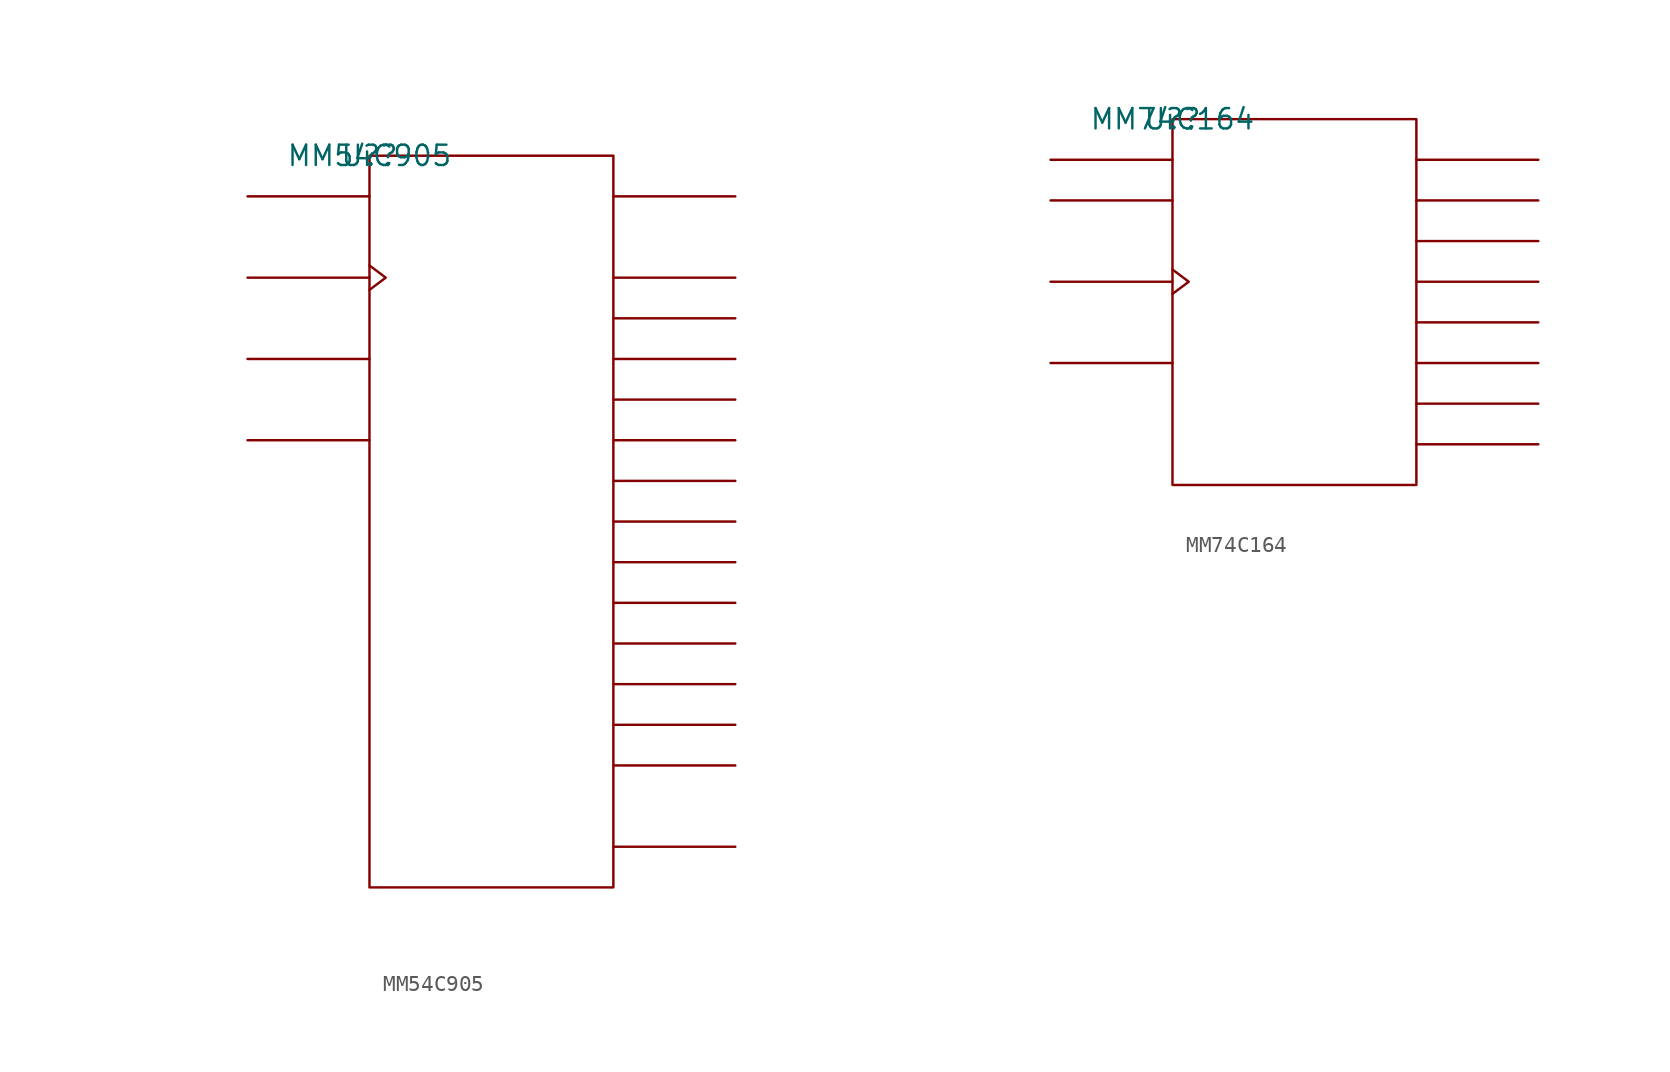
<source format=kicad_sym>
(kicad_symbol_lib
  (version 20211014)
  (generator kicad_symbol_editor)
  (symbol "MM54C905"
    (pin_names
      (offset 0.762))
    (property "Reference" "U?"
      (at 0 0 0)
      (effects (font (size 1.27 1.27))))
    (property "Value" "MM54C905"
      (at 0 0 0)
      (effects (font (size 1.27 1.27))))
    (symbol "MM54C905_0_1"
      (rectangle (start 0 -45.72) (end 15.24 0) (stroke (width 0) (type default) (color 0 0 0 0)) (fill (type none)))
      (polyline (pts (xy 0 -17.78) (xy -7.62 -17.78)) (stroke (width 0) (type default) (color 0 0 0 0)) (fill (type none)))
      (polyline (pts (xy 0 -12.7) (xy -7.62 -12.7)) (stroke (width 0) (type default) (color 0 0 0 0)) (fill (type none)))
      (polyline (pts (xy 0 -7.62) (xy -7.62 -7.62)) (stroke (width 0) (type default) (color 0 0 0 0)) (fill (type none)))
      (polyline (pts (xy 0 -2.54) (xy -7.62 -2.54)) (stroke (width 0) (type default) (color 0 0 0 0)) (fill (type none)))
      (polyline (pts (xy 15.24 -43.18) (xy 22.86 -43.18)) (stroke (width 0) (type default) (color 0 0 0 0)) (fill (type none)))
      (polyline (pts (xy 15.24 -38.1) (xy 22.86 -38.1)) (stroke (width 0) (type default) (color 0 0 0 0)) (fill (type none)))
      (polyline (pts (xy 15.24 -35.56) (xy 22.86 -35.56)) (stroke (width 0) (type default) (color 0 0 0 0)) (fill (type none)))
      (polyline (pts (xy 15.24 -33.02) (xy 22.86 -33.02)) (stroke (width 0) (type default) (color 0 0 0 0)) (fill (type none)))
      (polyline (pts (xy 15.24 -30.48) (xy 22.86 -30.48)) (stroke (width 0) (type default) (color 0 0 0 0)) (fill (type none)))
      (polyline (pts (xy 15.24 -27.94) (xy 22.86 -27.94)) (stroke (width 0) (type default) (color 0 0 0 0)) (fill (type none)))
      (polyline (pts (xy 15.24 -25.4) (xy 22.86 -25.4)) (stroke (width 0) (type default) (color 0 0 0 0)) (fill (type none)))
      (polyline (pts (xy 15.24 -22.86) (xy 22.86 -22.86)) (stroke (width 0) (type default) (color 0 0 0 0)) (fill (type none)))
      (polyline (pts (xy 15.24 -20.32) (xy 22.86 -20.32)) (stroke (width 0) (type default) (color 0 0 0 0)) (fill (type none)))
      (polyline (pts (xy 15.24 -17.78) (xy 22.86 -17.78)) (stroke (width 0) (type default) (color 0 0 0 0)) (fill (type none)))
      (polyline (pts (xy 15.24 -15.24) (xy 22.86 -15.24)) (stroke (width 0) (type default) (color 0 0 0 0)) (fill (type none)))
      (polyline (pts (xy 15.24 -12.7) (xy 22.86 -12.7)) (stroke (width 0) (type default) (color 0 0 0 0)) (fill (type none)))
      (polyline (pts (xy 15.24 -10.16) (xy 22.86 -10.16)) (stroke (width 0) (type default) (color 0 0 0 0)) (fill (type none)))
      (polyline (pts (xy 15.24 -7.62) (xy 22.86 -7.62)) (stroke (width 0) (type default) (color 0 0 0 0)) (fill (type none)))
      (polyline (pts (xy 15.24 -2.54) (xy 22.86 -2.54)) (stroke (width 0) (type default) (color 0 0 0 0)) (fill (type none)))
      (polyline (pts (xy 0 -6.858) (xy 1.016 -7.62) (xy 0 -8.382)) (stroke (width 0) (type default) (color 0 0 0 0)) (fill (type none))))
    (symbol "MM54C905_1_1"
      (pin unspecified line (at -7.62 -17.78 0) (length 7.62) hide (name "E\\" (effects (font (size 1.245 1.245)))) (number "1" (effects (font (size 1.245 1.245)))))
      (pin unspecified line (at -7.62 -2.54 0) (length 7.62) hide (name "D" (effects (font (size 1.245 1.245)))) (number "11" (effects (font (size 1.245 1.245)))))
      (pin power_in line (at 7.62 -45.72 180) (length 7.62) hide (name "GND" (effects (font (size 1.245 1.245)))) (number "12" (effects (font (size 1.245 1.245)))))
      (pin unspecified line (at -7.62 -7.62 180) (length 7.62) hide (name "CP" (effects (font (size 1.245 1.245)))) (number "13" (effects (font (size 1.245 1.245)))))
      (pin unspecified line (at -7.62 -12.7 0) (length 7.62) hide (name "S\\" (effects (font (size 1.245 1.245)))) (number "14" (effects (font (size 1.245 1.245)))))
      (pin unspecified line (at 22.86 -22.86 180) (length 7.62) hide (name "Q6" (effects (font (size 1.245 1.245)))) (number "16" (effects (font (size 1.245 1.245)))))
      (pin unspecified line (at 22.86 -20.32 180) (length 7.62) hide (name "Q7" (effects (font (size 1.245 1.245)))) (number "17" (effects (font (size 1.245 1.245)))))
      (pin unspecified line (at 22.86 -17.78 180) (length 7.62) hide (name "Q8" (effects (font (size 1.245 1.245)))) (number "18" (effects (font (size 1.245 1.245)))))
      (pin unspecified line (at 22.86 -15.24 180) (length 7.62) hide (name "Q9" (effects (font (size 1.245 1.245)))) (number "19" (effects (font (size 1.245 1.245)))))
      (pin unspecified line (at 22.86 -2.54 180) (length 7.62) hide (name "D0" (effects (font (size 1.245 1.245)))) (number "2" (effects (font (size 1.245 1.245)))))
      (pin unspecified line (at 22.86 -12.7 180) (length 7.62) hide (name "Q10" (effects (font (size 1.245 1.245)))) (number "20" (effects (font (size 1.245 1.245)))))
      (pin unspecified line (at 22.86 -10.16 180) (length 7.62) hide (name "Q11" (effects (font (size 1.245 1.245)))) (number "21" (effects (font (size 1.245 1.245)))))
      (pin unspecified line (at 22.86 -7.62 180) (length 7.62) hide (name "Q\\1\\1\\" (effects (font (size 1.245 1.245)))) (number "23" (effects (font (size 1.245 1.245)))))
      (pin power_in line (at 5.08 0 180) (length 7.62) hide (name "VCC" (effects (font (size 1.245 1.245)))) (number "24" (effects (font (size 1.245 1.245)))))
      (pin unspecified line (at 22.86 -43.18 180) (length 7.62) hide (name "C\\" (effects (font (size 1.245 1.245)))) (number "3" (effects (font (size 1.245 1.245)))))
      (pin unspecified line (at 22.86 -38.1 180) (length 7.62) hide (name "Q0" (effects (font (size 1.245 1.245)))) (number "4" (effects (font (size 1.245 1.245)))))
      (pin unspecified line (at 22.86 -35.56 180) (length 7.62) hide (name "Q1" (effects (font (size 1.245 1.245)))) (number "5" (effects (font (size 1.245 1.245)))))
      (pin unspecified line (at 22.86 -33.02 180) (length 7.62) hide (name "Q2" (effects (font (size 1.245 1.245)))) (number "6" (effects (font (size 1.245 1.245)))))
      (pin unspecified line (at 22.86 -30.48 180) (length 7.62) hide (name "Q3" (effects (font (size 1.245 1.245)))) (number "7" (effects (font (size 1.245 1.245)))))
      (pin unspecified line (at 22.86 -27.94 180) (length 7.62) hide (name "Q4" (effects (font (size 1.245 1.245)))) (number "8" (effects (font (size 1.245 1.245)))))
      (pin unspecified line (at 22.86 -25.4 180) (length 7.62) hide (name "Q5" (effects (font (size 1.245 1.245)))) (number "9" (effects (font (size 1.245 1.245)))))))
  (symbol "MM74C164"
    (pin_names
      (offset 0.762))
    (property "Reference" "U?"
      (at 0 0 0)
      (effects (font (size 1.27 1.27))))
    (property "Value" "MM74C164"
      (at 0 0 0)
      (effects (font (size 1.27 1.27))))
    (symbol "MM74C164_0_1"
      (rectangle (start 0 -22.86) (end 15.24 0) (stroke (width 0) (type default) (color 0 0 0 0)) (fill (type none)))
      (polyline (pts (xy 0 -15.24) (xy -7.62 -15.24)) (stroke (width 0) (type default) (color 0 0 0 0)) (fill (type none)))
      (polyline (pts (xy 0 -10.16) (xy -7.62 -10.16)) (stroke (width 0) (type default) (color 0 0 0 0)) (fill (type none)))
      (polyline (pts (xy 0 -5.08) (xy -7.62 -5.08)) (stroke (width 0) (type default) (color 0 0 0 0)) (fill (type none)))
      (polyline (pts (xy 0 -2.54) (xy -7.62 -2.54)) (stroke (width 0) (type default) (color 0 0 0 0)) (fill (type none)))
      (polyline (pts (xy 15.24 -20.32) (xy 22.86 -20.32)) (stroke (width 0) (type default) (color 0 0 0 0)) (fill (type none)))
      (polyline (pts (xy 15.24 -17.78) (xy 22.86 -17.78)) (stroke (width 0) (type default) (color 0 0 0 0)) (fill (type none)))
      (polyline (pts (xy 15.24 -15.24) (xy 22.86 -15.24)) (stroke (width 0) (type default) (color 0 0 0 0)) (fill (type none)))
      (polyline (pts (xy 15.24 -12.7) (xy 22.86 -12.7)) (stroke (width 0) (type default) (color 0 0 0 0)) (fill (type none)))
      (polyline (pts (xy 15.24 -10.16) (xy 22.86 -10.16)) (stroke (width 0) (type default) (color 0 0 0 0)) (fill (type none)))
      (polyline (pts (xy 15.24 -7.62) (xy 22.86 -7.62)) (stroke (width 0) (type default) (color 0 0 0 0)) (fill (type none)))
      (polyline (pts (xy 15.24 -5.08) (xy 22.86 -5.08)) (stroke (width 0) (type default) (color 0 0 0 0)) (fill (type none)))
      (polyline (pts (xy 15.24 -2.54) (xy 22.86 -2.54)) (stroke (width 0) (type default) (color 0 0 0 0)) (fill (type none)))
      (polyline (pts (xy 0 -9.398) (xy 1.016 -10.16) (xy 0 -10.922)) (stroke (width 0) (type default) (color 0 0 0 0)) (fill (type none))))
    (symbol "MM74C164_1_1"
      (pin unspecified line (at -7.62 -2.54 0) (length 7.62) hide (name "A" (effects (font (size 1.245 1.245)))) (number "1" (effects (font (size 1.245 1.245)))))
      (pin unspecified line (at 22.86 -12.7 180) (length 7.62) hide (name "QE" (effects (font (size 1.245 1.245)))) (number "10" (effects (font (size 1.245 1.245)))))
      (pin unspecified line (at 22.86 -15.24 180) (length 7.62) hide (name "QF" (effects (font (size 1.245 1.245)))) (number "11" (effects (font (size 1.245 1.245)))))
      (pin unspecified line (at 22.86 -17.78 180) (length 7.62) hide (name "QG" (effects (font (size 1.245 1.245)))) (number "12" (effects (font (size 1.245 1.245)))))
      (pin unspecified line (at 22.86 -20.32 180) (length 7.62) hide (name "QH" (effects (font (size 1.245 1.245)))) (number "13" (effects (font (size 1.245 1.245)))))
      (pin power_in line (at 7.62 0 180) (length 7.62) hide (name "VCC" (effects (font (size 1.245 1.245)))) (number "14" (effects (font (size 1.245 1.245)))))
      (pin unspecified line (at -7.62 -5.08 0) (length 7.62) hide (name "B" (effects (font (size 1.245 1.245)))) (number "2" (effects (font (size 1.245 1.245)))))
      (pin unspecified line (at 22.86 -2.54 180) (length 7.62) hide (name "QA" (effects (font (size 1.245 1.245)))) (number "3" (effects (font (size 1.245 1.245)))))
      (pin unspecified line (at 22.86 -5.08 180) (length 7.62) hide (name "QB" (effects (font (size 1.245 1.245)))) (number "4" (effects (font (size 1.245 1.245)))))
      (pin unspecified line (at 22.86 -7.62 180) (length 7.62) hide (name "QC" (effects (font (size 1.245 1.245)))) (number "5" (effects (font (size 1.245 1.245)))))
      (pin unspecified line (at 22.86 -10.16 180) (length 7.62) hide (name "QD" (effects (font (size 1.245 1.245)))) (number "6" (effects (font (size 1.245 1.245)))))
      (pin power_in line (at 7.62 -22.86 180) (length 7.62) hide (name "GND" (effects (font (size 1.245 1.245)))) (number "7" (effects (font (size 1.245 1.245)))))
      (pin unspecified line (at -7.62 -10.16 180) (length 7.62) hide (name "CLK" (effects (font (size 1.245 1.245)))) (number "8" (effects (font (size 1.245 1.245)))))
      (pin unspecified line (at -7.62 -15.24 0) (length 7.62) hide (name "C\\L\\R\\" (effects (font (size 1.245 1.245)))) (number "9" (effects (font (size 1.245 1.245))))))))
</source>
